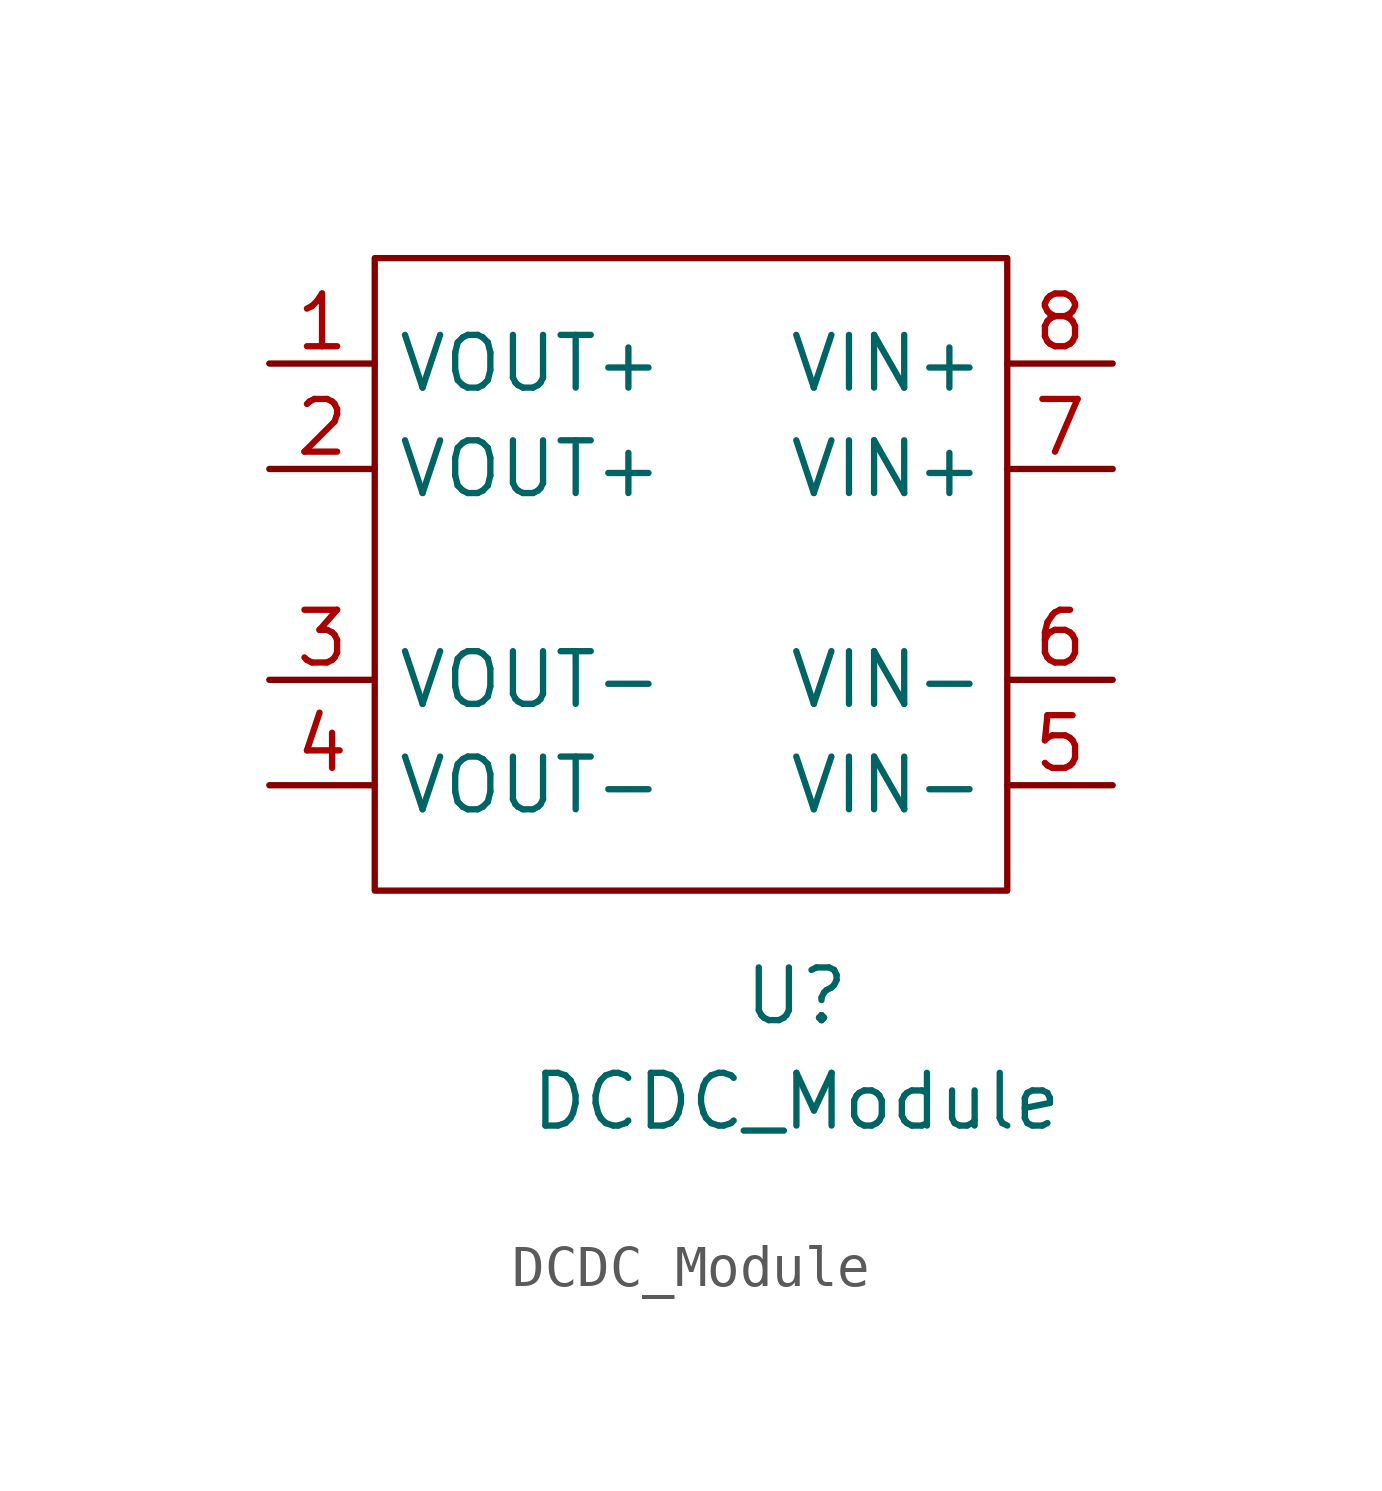
<source format=kicad_sym>
(kicad_symbol_lib
  (version 20211014)
  (generator kicad_symbol_editor)
  (symbol "DCDC_Module"
    (property "Reference" "U"
      (at 0 0 0)
      (effects (font (size 1.27 1.27))))
    (property "Value" "DCDC_Module"
      (at 0 -2.54 0)
      (effects (font (size 1.27 1.27))))
    (symbol "DCDC_Module_0_1"
      (rectangle (start -10.16 17.78) (end 5.08 2.54) (stroke (width 0.152) (type default) (color 0 0 0 0)) (fill (type none))))
    (symbol "DCDC_Module_1_1"
      (pin input line (at -12.7 15.24 0) (length 2.54) (name "VOUT+" (effects (font (size 1.27 1.27)))) (number "1" (effects (font (size 1.27 1.27)))))
      (pin input line (at -12.7 12.7 0) (length 2.54) (name "VOUT+" (effects (font (size 1.27 1.27)))) (number "2" (effects (font (size 1.27 1.27)))))
      (pin input line (at -12.7 7.62 0) (length 2.54) (name "VOUT-" (effects (font (size 1.27 1.27)))) (number "3" (effects (font (size 1.27 1.27)))))
      (pin input line (at -12.7 5.08 0) (length 2.54) (name "VOUT-" (effects (font (size 1.27 1.27)))) (number "4" (effects (font (size 1.27 1.27)))))
      (pin input line (at 7.62 5.08 180) (length 2.54) (name "VIN-" (effects (font (size 1.27 1.27)))) (number "5" (effects (font (size 1.27 1.27)))))
      (pin input line (at 7.62 7.62 180) (length 2.54) (name "VIN-" (effects (font (size 1.27 1.27)))) (number "6" (effects (font (size 1.27 1.27)))))
      (pin input line (at 7.62 12.7 180) (length 2.54) (name "VIN+" (effects (font (size 1.27 1.27)))) (number "7" (effects (font (size 1.27 1.27)))))
      (pin input line (at 7.62 15.24 180) (length 2.54) (name "VIN+" (effects (font (size 1.27 1.27)))) (number "8" (effects (font (size 1.27 1.27))))))))
</source>
